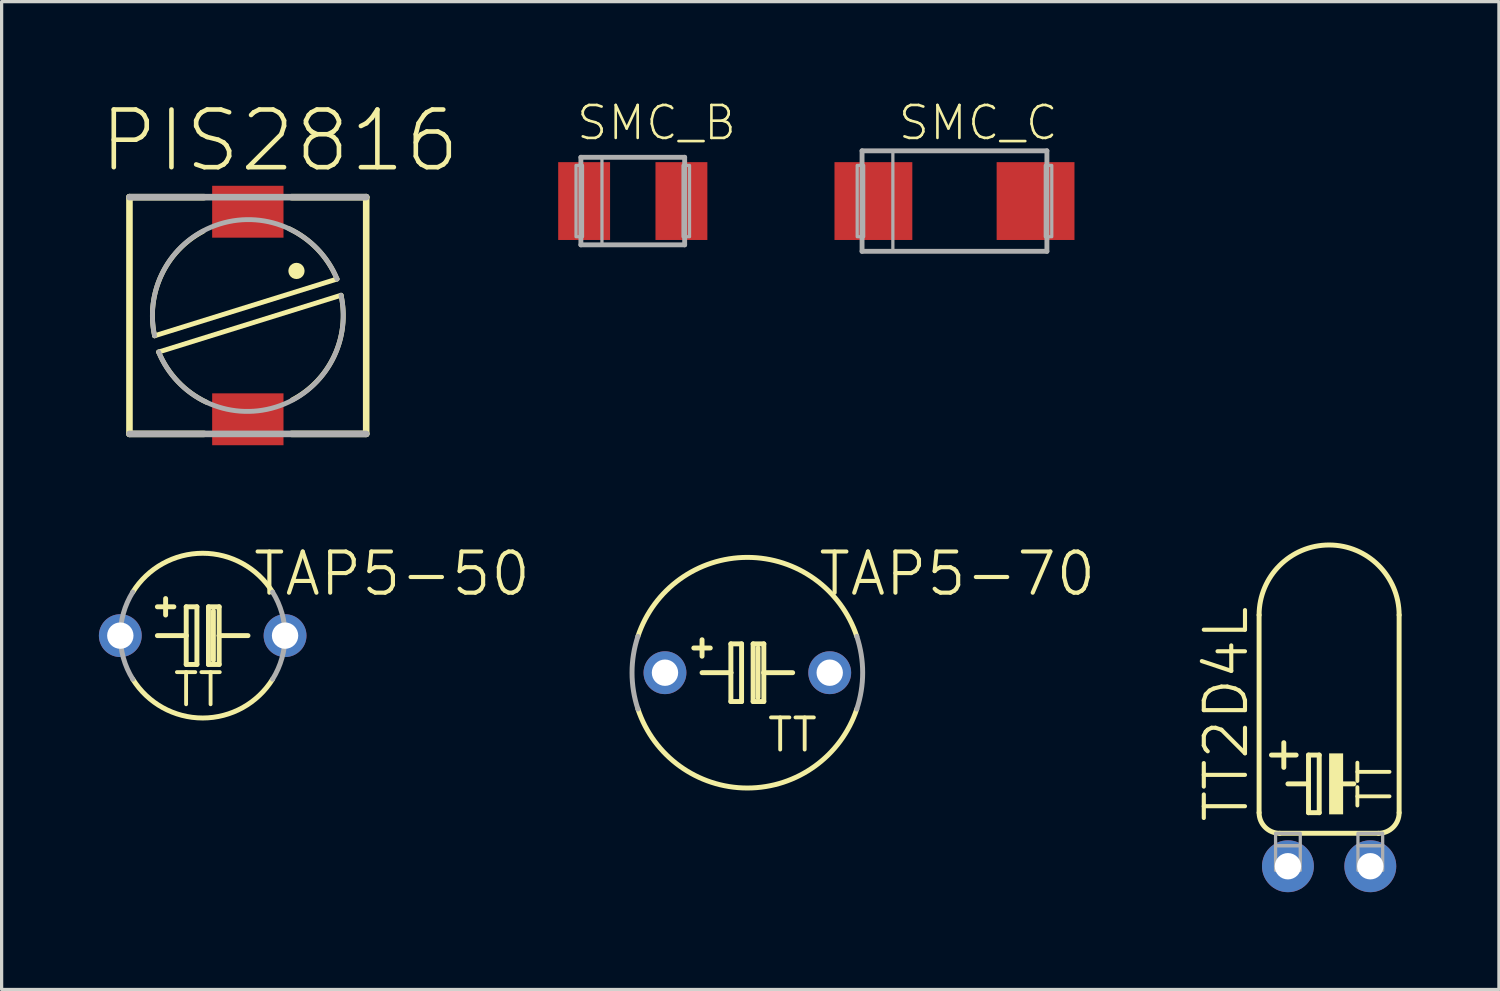
<source format=kicad_pcb>
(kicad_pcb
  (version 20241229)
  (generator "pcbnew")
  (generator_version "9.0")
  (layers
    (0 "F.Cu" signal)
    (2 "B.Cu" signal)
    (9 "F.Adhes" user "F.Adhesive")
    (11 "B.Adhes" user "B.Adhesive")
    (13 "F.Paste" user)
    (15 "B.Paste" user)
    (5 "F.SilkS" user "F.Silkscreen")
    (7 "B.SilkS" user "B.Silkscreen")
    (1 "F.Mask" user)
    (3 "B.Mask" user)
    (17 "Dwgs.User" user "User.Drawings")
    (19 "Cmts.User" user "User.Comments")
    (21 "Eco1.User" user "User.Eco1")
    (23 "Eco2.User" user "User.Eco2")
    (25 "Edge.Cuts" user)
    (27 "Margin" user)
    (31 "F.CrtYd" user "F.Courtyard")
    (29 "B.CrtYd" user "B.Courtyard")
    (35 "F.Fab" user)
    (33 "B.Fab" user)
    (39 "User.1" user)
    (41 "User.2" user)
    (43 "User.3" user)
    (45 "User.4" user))
  (footprint "TT2D4L"
    (layer "F.Cu")
    (at 37.934 23.661)
    (property "Reference" "TT2D4L" (at -3.175 -4.693 90) (layer "F.SilkS") (effects (font (size 1.27 1.27) (thickness 0.127))))
    (attr through_hole)
    (fp_line (start -2.159 -7.747) (end -2.159 -1.651) (stroke (width 0.152) (type solid)) (layer "F.SilkS"))
    (fp_line (start -1.778 -3.429) (end -1.016 -3.429) (stroke (width 0.152) (type solid)) (layer "F.SilkS"))
    (fp_line (start -1.524 -1.016) (end 1.524 -1.016) (stroke (width 0.152) (type solid)) (layer "F.SilkS"))
    (fp_line (start -1.397 -3.81) (end -1.397 -3.048) (stroke (width 0.152) (type solid)) (layer "F.SilkS"))
    (fp_line (start -1.27 -2.54) (end -0.635 -2.54) (stroke (width 0.152) (type solid)) (layer "F.SilkS"))
    (fp_line (start -0.635 -3.429) (end -0.635 -2.54) (stroke (width 0.152) (type solid)) (layer "F.SilkS"))
    (fp_line (start -0.635 -2.54) (end -0.635 -1.651) (stroke (width 0.152) (type solid)) (layer "F.SilkS"))
    (fp_line (start -0.635 -1.651) (end -0.305 -1.651) (stroke (width 0.152) (type solid)) (layer "F.SilkS"))
    (fp_line (start -0.305 -3.429) (end -0.635 -3.429) (stroke (width 0.152) (type solid)) (layer "F.SilkS"))
    (fp_line (start -0.305 -1.651) (end -0.305 -3.429) (stroke (width 0.152) (type solid)) (layer "F.SilkS"))
    (fp_line (start 0.254 -2.54) (end 0.762 -2.54) (stroke (width 0.152) (type solid)) (layer "F.SilkS"))
    (fp_line (start 2.159 -7.747) (end 2.159 -1.651) (stroke (width 0.152) (type solid)) (layer "F.SilkS"))
    (fp_arc (start -2.159 -7.747) (mid 0 -9.906) (end 2.159 -7.747) (stroke (width 0.1524) (type solid)) (layer "F.SilkS"))
    (fp_arc (start -1.524 -1.016) (mid -1.973013 -1.201987) (end -2.159 -1.651) (stroke (width 0.1524) (type solid)) (layer "F.SilkS"))
    (fp_arc (start 2.159 -1.651) (mid 1.973013 -1.201987) (end 1.524 -1.016) (stroke (width 0.1524) (type solid)) (layer "F.SilkS"))
    (fp_poly (pts (xy 0 -3.48) (xy 0.432 -3.48) (xy 0.432 -1.6) (xy 0 -1.6)) (stroke (width 0) (type solid)) (fill yes) (layer "F.SilkS"))
    (fp_poly (pts (xy -1.651 -1.016) (xy -0.889 -1.016) (xy -0.889 -0.635) (xy -1.651 -0.635)) (stroke (width 0.1) (type solid)) (fill no) (layer "F.Fab"))
    (fp_poly (pts (xy -1.651 -0.635) (xy -0.889 -0.635) (xy -0.889 0.127) (xy -1.651 0.127)) (stroke (width 0.1) (type solid)) (fill no) (layer "F.Fab"))
    (fp_poly (pts (xy 0.889 -1.016) (xy 1.651 -1.016) (xy 1.651 -0.635) (xy 0.889 -0.635)) (stroke (width 0.1) (type solid)) (fill no) (layer "F.Fab"))
    (fp_poly (pts (xy 0.889 -0.635) (xy 1.651 -0.635) (xy 1.651 0.127) (xy 0.889 0.127)) (stroke (width 0.1) (type solid)) (fill no) (layer "F.Fab"))
    (fp_text user "TT" (at 1.41 -2.533 90) (layer "F.SilkS") (effects (font (size 0.991 0.991) (thickness 0.119))))
    (pad "+" thru_hole circle (at -1.27 0) (size 1.6 1.6) (drill 0.813) (layers "*.Cu" "*.Mask"))
    (pad "-" thru_hole circle (at 1.27 0) (size 1.6 1.6) (drill 0.813) (layers "*.Cu" "*.Mask")))
  (footprint "SMC_C"
    (layer "F.Cu")
    (at 26.382 3.15)
    (property "Reference" "SMC_C" (at 0.732 -2.413 0) (layer "F.SilkS") (effects (font (size 1.016 1.016) (thickness 0.081))))
    (attr through_hole)
    (fp_line (start -2.85 -1.55) (end 2.85 -1.55) (stroke (width 0.15) (type solid)) (layer "F.Fab"))
    (fp_line (start -2.85 1.55) (end -2.85 -1.55) (stroke (width 0.15) (type solid)) (layer "F.Fab"))
    (fp_line (start 2.85 -1.55) (end 2.85 1.55) (stroke (width 0.15) (type solid)) (layer "F.Fab"))
    (fp_line (start 2.85 1.55) (end -2.85 1.55) (stroke (width 0.15) (type solid)) (layer "F.Fab"))
    (fp_poly (pts (xy -3 -1.1) (xy -2.8 -1.1) (xy -2.8 1.1) (xy -3 1.1)) (stroke (width 0.1) (type solid)) (fill no) (layer "F.Fab"))
    (fp_poly (pts (xy -2.85 -1.55) (xy -1.9 -1.55) (xy -1.9 1.55) (xy -2.85 1.55)) (stroke (width 0.1) (type solid)) (fill no) (layer "F.Fab"))
    (fp_poly (pts (xy 2.8 -1.1) (xy 3 -1.1) (xy 3 1.1) (xy 2.8 1.1)) (stroke (width 0.1) (type solid)) (fill no) (layer "F.Fab"))
    (pad "+" smd rect (at -2.5 0) (size 2.4 2.4) (layers "F.Cu" "F.Mask" "F.Paste"))
    (pad "-" smd rect (at 2.5 0) (size 2.4 2.4) (layers "F.Cu" "F.Mask" "F.Paste")))
  (footprint "TAP5-70"
    (layer "F.Cu")
    (at 19.995 17.693)
    (property "Reference" "TAP5-70" (at 6.471 -3.048 0) (layer "F.SilkS") (effects (font (size 1.27 1.27) (thickness 0.127))))
    (attr through_hole)
    (fp_line (start -1.397 -0.508) (end -1.397 -1.016) (stroke (width 0.152) (type solid)) (layer "F.SilkS"))
    (fp_line (start -1.397 0) (end -0.508 0) (stroke (width 0.152) (type solid)) (layer "F.SilkS"))
    (fp_line (start -1.143 -0.762) (end -1.651 -0.762) (stroke (width 0.152) (type solid)) (layer "F.SilkS"))
    (fp_line (start -0.508 -0.889) (end -0.508 0) (stroke (width 0.152) (type solid)) (layer "F.SilkS"))
    (fp_line (start -0.508 0) (end -0.508 0.889) (stroke (width 0.152) (type solid)) (layer "F.SilkS"))
    (fp_line (start -0.508 0.889) (end -0.178 0.889) (stroke (width 0.152) (type solid)) (layer "F.SilkS"))
    (fp_line (start -0.178 -0.889) (end -0.508 -0.889) (stroke (width 0.152) (type solid)) (layer "F.SilkS"))
    (fp_line (start -0.178 0.889) (end -0.178 -0.889) (stroke (width 0.152) (type solid)) (layer "F.SilkS"))
    (fp_line (start 0.178 -0.889) (end 0.178 0.889) (stroke (width 0.152) (type solid)) (layer "F.SilkS"))
    (fp_line (start 0.178 0.889) (end 0.508 0.889) (stroke (width 0.152) (type solid)) (layer "F.SilkS"))
    (fp_line (start 0.33 0.762) (end 0.33 -0.762) (stroke (width 0.152) (type solid)) (layer "F.SilkS"))
    (fp_line (start 0.508 -0.889) (end 0.178 -0.889) (stroke (width 0.152) (type solid)) (layer "F.SilkS"))
    (fp_line (start 0.508 0) (end 0.508 -0.889) (stroke (width 0.152) (type solid)) (layer "F.SilkS"))
    (fp_line (start 0.508 0) (end 1.397 0) (stroke (width 0.152) (type solid)) (layer "F.SilkS"))
    (fp_line (start 0.508 0.889) (end 0.508 0) (stroke (width 0.152) (type solid)) (layer "F.SilkS"))
    (fp_arc (start -3.3749 -1.1199) (mid 0 -3.555858) (end 3.3749 -1.1199) (stroke (width 0.1524) (type solid)) (layer "F.SilkS"))
    (fp_arc (start 3.3749 1.1199) (mid 0 3.555858) (end -3.3749 1.1199) (stroke (width 0.1524) (type solid)) (layer "F.SilkS"))
    (fp_arc (start -3.3749 1.1199) (mid -3.555858 0) (end -3.3749 -1.1199) (stroke (width 0.1524) (type solid)) (layer "F.Fab"))
    (fp_arc (start 3.3749 -1.1199) (mid 3.555858 0) (end 3.3749 1.1199) (stroke (width 0.1524) (type solid)) (layer "F.Fab"))
    (fp_text user "TT" (at 1.39 1.918 0) (layer "F.SilkS") (effects (font (size 0.991 0.991) (thickness 0.119))))
    (pad "+" thru_hole circle (at -2.54 0) (size 1.321 1.321) (drill 0.813) (layers "*.Cu" "*.Mask"))
    (pad "-" thru_hole circle (at 2.54 0) (size 1.321 1.321) (drill 0.813) (layers "*.Cu" "*.Mask")))
  (footprint "SMC_B"
    (layer "F.Cu")
    (at 16.462 3.15)
    (property "Reference" "SMC_B" (at 0.732 -2.413 0) (layer "F.SilkS") (effects (font (size 1.016 1.016) (thickness 0.081))))
    (attr through_hole)
    (fp_line (start -1.6 -1.35) (end 1.6 -1.35) (stroke (width 0.15) (type solid)) (layer "F.Fab"))
    (fp_line (start -1.6 1.35) (end -1.6 -1.35) (stroke (width 0.15) (type solid)) (layer "F.Fab"))
    (fp_line (start 1.6 -1.35) (end 1.6 1.35) (stroke (width 0.15) (type solid)) (layer "F.Fab"))
    (fp_line (start 1.6 1.35) (end -1.6 1.35) (stroke (width 0.15) (type solid)) (layer "F.Fab"))
    (fp_poly (pts (xy -1.75 -1.1) (xy -1.55 -1.1) (xy -1.55 1.1) (xy -1.75 1.1)) (stroke (width 0.1) (type solid)) (fill no) (layer "F.Fab"))
    (fp_poly (pts (xy -1.6 -1.35) (xy -0.95 -1.35) (xy -0.95 1.35) (xy -1.6 1.35)) (stroke (width 0.1) (type solid)) (fill no) (layer "F.Fab"))
    (fp_poly (pts (xy 1.55 -1.1) (xy 1.75 -1.1) (xy 1.75 1.1) (xy 1.55 1.1)) (stroke (width 0.1) (type solid)) (fill no) (layer "F.Fab"))
    (pad "+" smd rect (at -1.5 0) (size 1.6 2.4) (layers "F.Cu" "F.Mask" "F.Paste"))
    (pad "-" smd rect (at 1.5 0) (size 1.6 2.4) (layers "F.Cu" "F.Mask" "F.Paste")))
  (footprint "PIS2816"
    (layer "F.Cu")
    (at 4.592 6.679)
    (property "Reference" "PIS2816" (at 0.989 -5.389 0) (layer "F.SilkS") (effects (font (size 1.778 1.778) (thickness 0.142))))
    (attr through_hole)
    (fp_line (start -3.65 -3.65) (end -3.65 3.65) (stroke (width 0.203) (type solid)) (layer "F.SilkS"))
    (fp_line (start -3.65 3.65) (end -1.35 3.65) (stroke (width 0.203) (type solid)) (layer "F.SilkS"))
    (fp_line (start -2.75 1.125) (end 2.875 -0.625) (stroke (width 0.15) (type solid)) (layer "F.SilkS"))
    (fp_line (start -1.35 -3.65) (end -3.65 -3.65) (stroke (width 0.203) (type solid)) (layer "F.SilkS"))
    (fp_line (start 1.35 3.65) (end 3.65 3.65) (stroke (width 0.203) (type solid)) (layer "F.SilkS"))
    (fp_line (start 2.75 -1.125) (end -2.875 0.625) (stroke (width 0.15) (type solid)) (layer "F.SilkS"))
    (fp_line (start 3.65 -3.65) (end 1.35 -3.65) (stroke (width 0.203) (type solid)) (layer "F.SilkS"))
    (fp_line (start 3.65 3.65) (end 3.65 -3.65) (stroke (width 0.203) (type solid)) (layer "F.SilkS"))
    (fp_arc (start -2.875 0.625) (mid -2.667542 -1.239845) (end -1.375 -2.6) (stroke (width 0.15) (type solid)) (layer "F.SilkS"))
    (fp_arc (start -1.275 2.675) (mid -2.156567 2.037096) (end -2.75 1.125) (stroke (width 0.15) (type solid)) (layer "F.SilkS"))
    (fp_arc (start 1.275 -2.675) (mid 2.156567 -2.037096) (end 2.75 -1.125) (stroke (width 0.15) (type solid)) (layer "F.SilkS"))
    (fp_arc (start 2.875 -0.625) (mid 2.667542 1.239845) (end 1.375 2.6) (stroke (width 0.15) (type solid)) (layer "F.SilkS"))
    (fp_poly (pts (xy 1.75 -1.375) (xy 1.741 -1.31) (xy 1.717 -1.25) (xy 1.677 -1.198) (xy 1.625 -1.158) (xy 1.565 -1.134) (xy 1.5 -1.125) (xy 1.435 -1.134) (xy 1.375 -1.158) (xy 1.323 -1.198) (xy 1.283 -1.25) (xy 1.259 -1.31) (xy 1.25 -1.375) (xy 1.259 -1.44) (xy 1.283 -1.5) (xy 1.323 -1.552) (xy 1.375 -1.592) (xy 1.435 -1.616) (xy 1.5 -1.625) (xy 1.565 -1.616) (xy 1.625 -1.592) (xy 1.677 -1.552) (xy 1.717 -1.5) (xy 1.741 -1.44)) (stroke (width 0) (type solid)) (fill yes) (layer "F.SilkS"))
    (fp_line (start -3.65 3.65) (end 3.65 3.65) (stroke (width 0.203) (type solid)) (layer "F.Fab"))
    (fp_line (start 3.65 -3.65) (end -3.65 -3.65) (stroke (width 0.203) (type solid)) (layer "F.Fab"))
    (fp_arc (start -2.875 0.625) (mid -0.863171 -2.82359) (end 2.750001 -1.124999) (stroke (width 0.15) (type solid)) (layer "F.Fab"))
    (fp_arc (start 2.875 -0.625) (mid 0.863171 2.82359) (end -2.750001 1.124999) (stroke (width 0.15) (type solid)) (layer "F.Fab"))
    (pad "1" smd rect (at 0 -3.2) (size 2.2 1.6) (layers "F.Cu" "F.Mask" "F.Paste"))
    (pad "2" smd rect (at 0 3.2) (size 2.2 1.6) (layers "F.Cu" "F.Mask" "F.Paste")))
  (footprint "TAP5-50"
    (layer "F.Cu")
    (at 3.2 16.55)
    (property "Reference" "TAP5-50" (at 5.836 -1.905 0) (layer "F.SilkS") (effects (font (size 1.27 1.27) (thickness 0.127))))
    (attr through_hole)
    (fp_line (start -1.397 0) (end -0.508 0) (stroke (width 0.152) (type solid)) (layer "F.SilkS"))
    (fp_line (start -1.143 -0.635) (end -1.143 -1.143) (stroke (width 0.152) (type solid)) (layer "F.SilkS"))
    (fp_line (start -0.889 -0.889) (end -1.397 -0.889) (stroke (width 0.152) (type solid)) (layer "F.SilkS"))
    (fp_line (start -0.508 -0.889) (end -0.508 0) (stroke (width 0.152) (type solid)) (layer "F.SilkS"))
    (fp_line (start -0.508 0) (end -0.508 0.889) (stroke (width 0.152) (type solid)) (layer "F.SilkS"))
    (fp_line (start -0.508 0.889) (end -0.178 0.889) (stroke (width 0.152) (type solid)) (layer "F.SilkS"))
    (fp_line (start -0.178 -0.889) (end -0.508 -0.889) (stroke (width 0.152) (type solid)) (layer "F.SilkS"))
    (fp_line (start -0.178 0.889) (end -0.178 -0.889) (stroke (width 0.152) (type solid)) (layer "F.SilkS"))
    (fp_line (start 0.178 -0.889) (end 0.178 0.889) (stroke (width 0.152) (type solid)) (layer "F.SilkS"))
    (fp_line (start 0.178 0.889) (end 0.508 0.889) (stroke (width 0.152) (type solid)) (layer "F.SilkS"))
    (fp_line (start 0.33 0.762) (end 0.33 -0.762) (stroke (width 0.152) (type solid)) (layer "F.SilkS"))
    (fp_line (start 0.508 -0.889) (end 0.178 -0.889) (stroke (width 0.152) (type solid)) (layer "F.SilkS"))
    (fp_line (start 0.508 0) (end 0.508 -0.889) (stroke (width 0.152) (type solid)) (layer "F.SilkS"))
    (fp_line (start 0.508 0) (end 1.397 0) (stroke (width 0.152) (type solid)) (layer "F.SilkS"))
    (fp_line (start 0.508 0.889) (end 0.508 0) (stroke (width 0.152) (type solid)) (layer "F.SilkS"))
    (fp_arc (start -2.1557 -1.3432) (mid 0.000001 -2.539927) (end 2.155701 -1.343199) (stroke (width 0.1524) (type solid)) (layer "F.SilkS"))
    (fp_arc (start 2.155701 1.343199) (mid 0.000001 2.539927) (end -2.1557 1.3432) (stroke (width 0.1524) (type solid)) (layer "F.SilkS"))
    (fp_arc (start -2.1557 1.3432) (mid -2.539927 0) (end -2.1557 -1.3432) (stroke (width 0.1524) (type solid)) (layer "F.Fab"))
    (fp_arc (start 2.1557 -1.3432) (mid 2.539927 0) (end 2.1557 1.3432) (stroke (width 0.1524) (type solid)) (layer "F.Fab"))
    (fp_text user "TT" (at -0.134 1.664 0) (layer "F.SilkS") (effects (font (size 0.991 0.991) (thickness 0.119))))
    (pad "+" thru_hole circle (at -2.54 0) (size 1.321 1.321) (drill 0.813) (layers "*.Cu" "*.Mask"))
    (pad "-" thru_hole circle (at 2.54 0) (size 1.321 1.321) (drill 0.813) (layers "*.Cu" "*.Mask")))
  (gr_rect
    (start -3 -3)
    (end 43.17 27.461)
    (stroke (width 0.1) (type default))
    (fill no)
    (layer "Edge.Cuts")))
</source>
